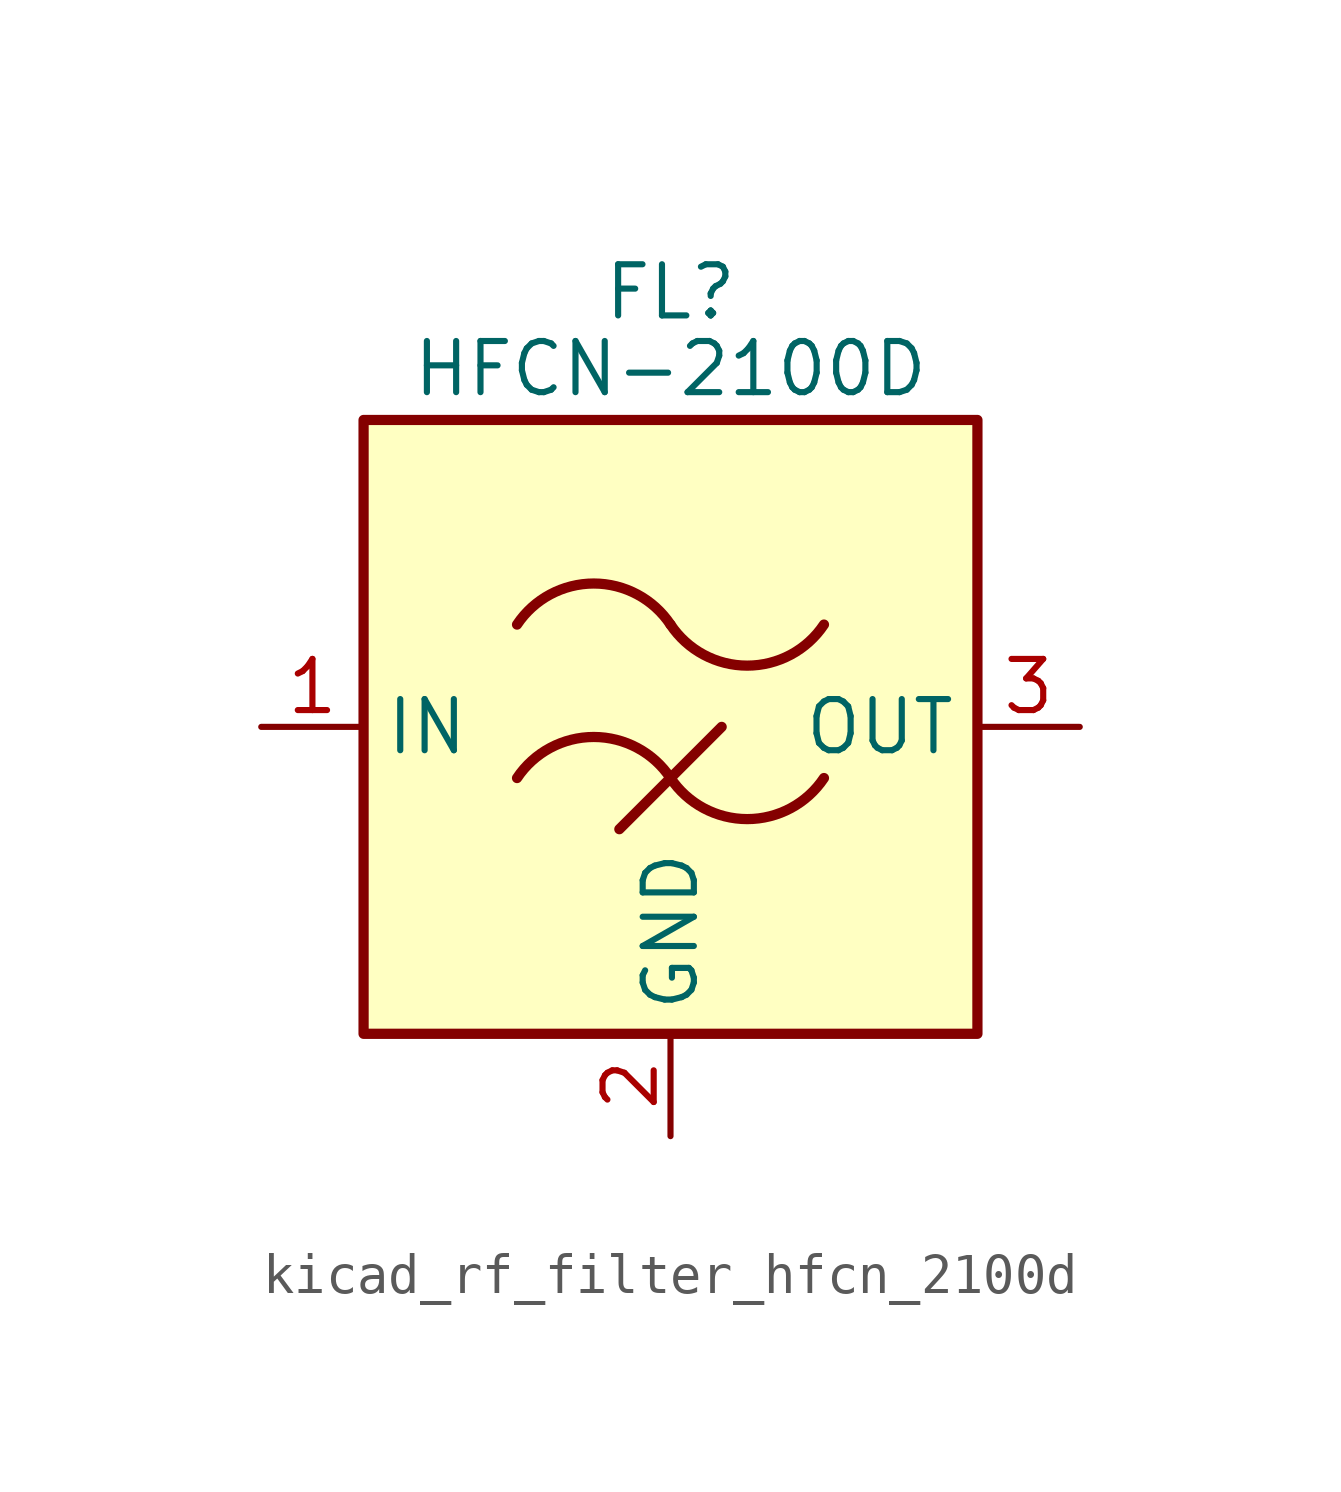
<source format=kicad_sym>
(kicad_symbol_lib
  (version 20220914)
  (generator kicad_symbol_editor)
  (symbol "kicad_rf_filter_hfcn_2100d"
    (property "Reference" "FL"
      (at 0 10.795 0)
      (effects (font (size 1.27 1.27))))
    (property "Value" "HFCN-2100D"
      (at 0 8.89 0)
      (effects (font (size 1.27 1.27))))
    (symbol "kicad_rf_filter_hfcn_2100d_0_1"
      (rectangle (start -7.62 7.62) (end 7.62 -7.62) (stroke (width 0.254) (type default)) (fill (type background)))
      (arc (start 0 -1.27) (mid -1.905 -0.2505) (end -3.81 -1.27) (stroke (width 0.254) (type default)) (fill (type none)))
      (arc (start 0 -1.27) (mid 1.905 -2.2895) (end 3.81 -1.27) (stroke (width 0.254) (type default)) (fill (type none)))
      (polyline (pts (xy -1.27 -2.54) (xy 1.27 0)) (stroke (width 0.254) (type default)) (fill (type none)))
      (arc (start 0 2.54) (mid -1.905 3.5595) (end -3.81 2.54) (stroke (width 0.254) (type default)) (fill (type none)))
      (arc (start 0 2.54) (mid 1.905 1.5205) (end 3.81 2.54) (stroke (width 0.254) (type default)) (fill (type none))))
    (symbol "kicad_rf_filter_hfcn_2100d_1_1"
      (pin passive line (at -10.16 0 0) (length 2.54) (name "IN" (effects (font (size 1.27 1.27)))) (number "1" (effects (font (size 1.27 1.27)))))
      (pin passive line (at 0 -10.16 90) (length 2.54) (name "GND" (effects (font (size 1.27 1.27)))) (number "2" (effects (font (size 1.27 1.27)))))
      (pin passive line (at 10.16 0 180) (length 2.54) (name "OUT" (effects (font (size 1.27 1.27)))) (number "3" (effects (font (size 1.27 1.27)))))
      (pin passive line (at 0 -10.16 90) (length 2.54) hide (name "GND" (effects (font (size 1.27 1.27)))) (number "4" (effects (font (size 1.27 1.27))))))))
</source>
